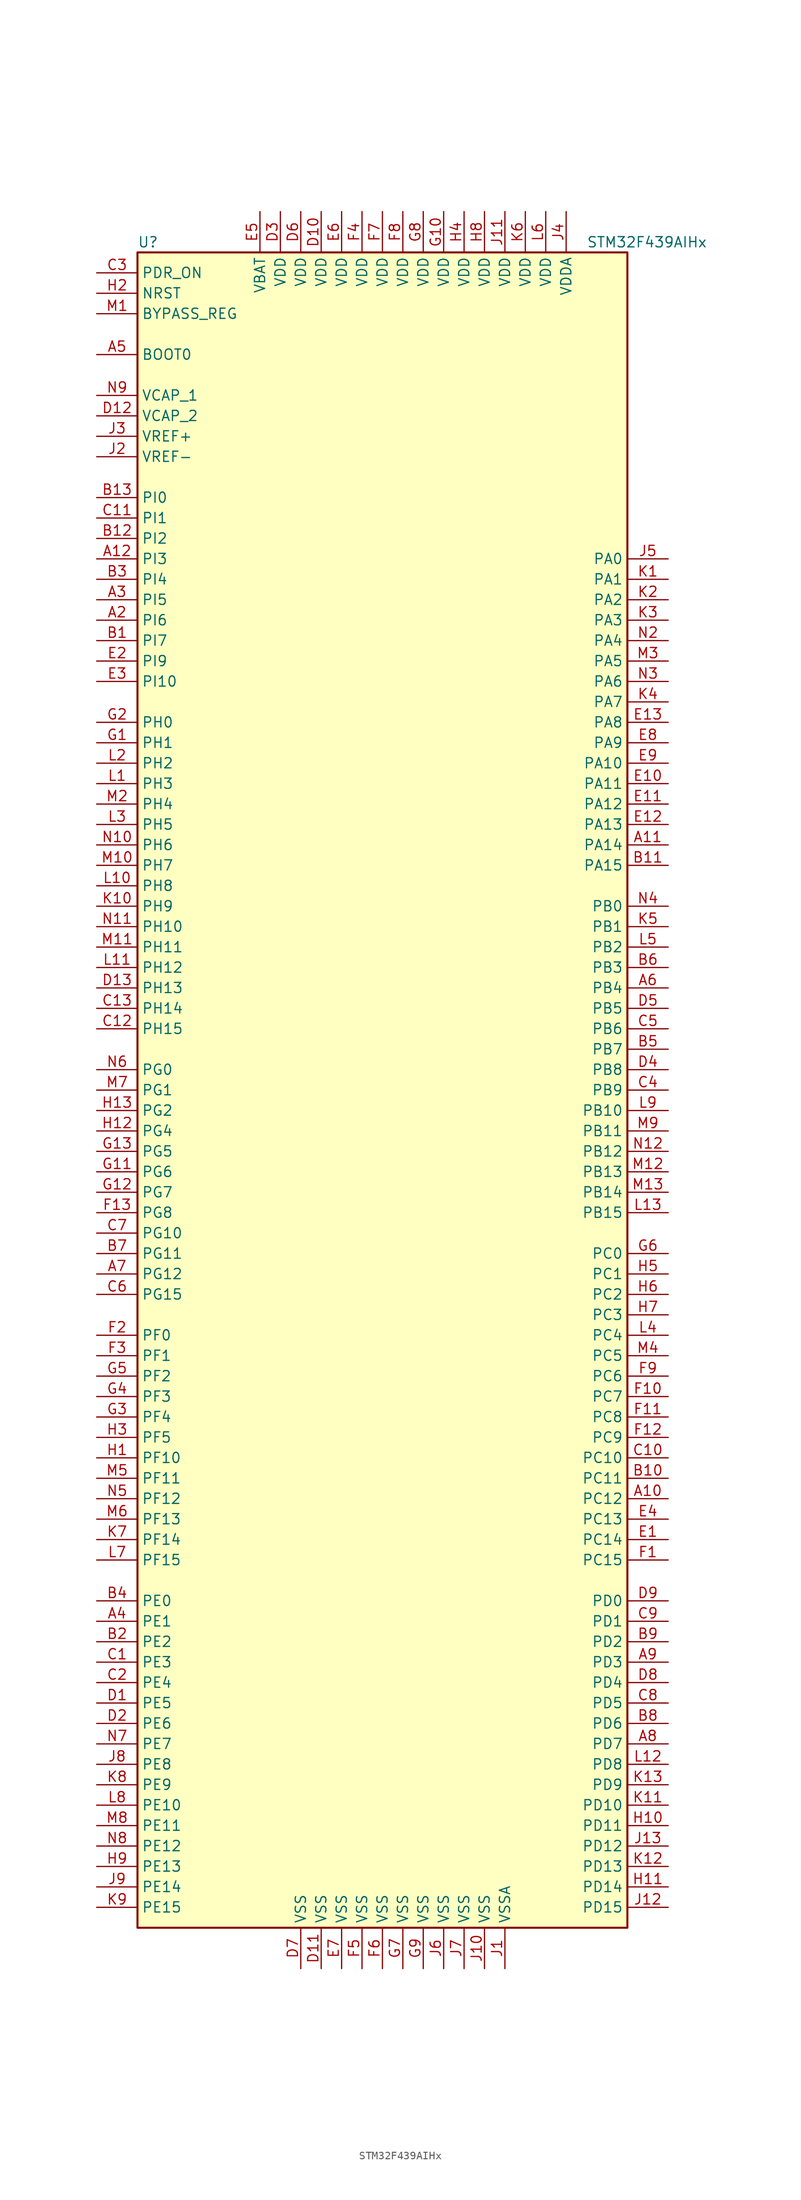
<source format=kicad_sym>
(kicad_symbol_lib
  (version 20201005)
  (generator kicad_symbol_editor)
  (symbol "STM32F439AIHx"
    (property "Reference" "U"
      (at -30.48 105.41 0)
      (effects (font (size 1.27 1.27)) (justify left)))
    (property "Value" "STM32F439AIHx"
      (at 25.4 105.41 0)
      (effects (font (size 1.27 1.27)) (justify left)))
    (symbol "STM32F439AIHx_0_1"
      (rectangle (start -30.48 -104.14) (end 30.48 104.14) (stroke (width 0.254)) (fill (type background))))
    (symbol "STM32F439AIHx_1_1"
      (pin input line (at -35.56 91.44 0) (length 5.08) (name "BOOT0" (effects (font (size 1.27 1.27)))) (number "A5" (effects (font (size 1.27 1.27)))))
      (pin input line (at -35.56 96.52 0) (length 5.08) (name "BYPASS_REG" (effects (font (size 1.27 1.27)))) (number "M1" (effects (font (size 1.27 1.27)))))
      (pin no_connect line (at -30.48 -101.6 0) (length 5.08) hide (name "NC" (effects (font (size 1.27 1.27)))) (number "A1" (effects (font (size 1.27 1.27)))))
      (pin no_connect line (at -30.48 -99.06 0) (length 5.08) hide (name "NC" (effects (font (size 1.27 1.27)))) (number "A13" (effects (font (size 1.27 1.27)))))
      (pin no_connect line (at -30.48 -96.52 0) (length 5.08) hide (name "NC" (effects (font (size 1.27 1.27)))) (number "N1" (effects (font (size 1.27 1.27)))))
      (pin no_connect line (at -30.48 -93.98 0) (length 5.08) hide (name "NC" (effects (font (size 1.27 1.27)))) (number "N13" (effects (font (size 1.27 1.27)))))
      (pin input line (at -35.56 99.06 0) (length 5.08) (name "NRST" (effects (font (size 1.27 1.27)))) (number "H2" (effects (font (size 1.27 1.27)))))
      (pin bidirectional line (at 35.56 66.04 180) (length 5.08) (name "PA0" (effects (font (size 1.27 1.27)))) (number "J5" (effects (font (size 1.27 1.27)))))
      (pin bidirectional line (at 35.56 63.5 180) (length 5.08) (name "PA1" (effects (font (size 1.27 1.27)))) (number "K1" (effects (font (size 1.27 1.27)))))
      (pin bidirectional line (at 35.56 40.64 180) (length 5.08) (name "PA10" (effects (font (size 1.27 1.27)))) (number "E9" (effects (font (size 1.27 1.27)))))
      (pin bidirectional line (at 35.56 38.1 180) (length 5.08) (name "PA11" (effects (font (size 1.27 1.27)))) (number "E10" (effects (font (size 1.27 1.27)))))
      (pin bidirectional line (at 35.56 35.56 180) (length 5.08) (name "PA12" (effects (font (size 1.27 1.27)))) (number "E11" (effects (font (size 1.27 1.27)))))
      (pin bidirectional line (at 35.56 33.02 180) (length 5.08) (name "PA13" (effects (font (size 1.27 1.27)))) (number "E12" (effects (font (size 1.27 1.27)))))
      (pin bidirectional line (at 35.56 30.48 180) (length 5.08) (name "PA14" (effects (font (size 1.27 1.27)))) (number "A11" (effects (font (size 1.27 1.27)))))
      (pin bidirectional line (at 35.56 27.94 180) (length 5.08) (name "PA15" (effects (font (size 1.27 1.27)))) (number "B11" (effects (font (size 1.27 1.27)))))
      (pin bidirectional line (at 35.56 60.96 180) (length 5.08) (name "PA2" (effects (font (size 1.27 1.27)))) (number "K2" (effects (font (size 1.27 1.27)))))
      (pin bidirectional line (at 35.56 58.42 180) (length 5.08) (name "PA3" (effects (font (size 1.27 1.27)))) (number "K3" (effects (font (size 1.27 1.27)))))
      (pin bidirectional line (at 35.56 55.88 180) (length 5.08) (name "PA4" (effects (font (size 1.27 1.27)))) (number "N2" (effects (font (size 1.27 1.27)))))
      (pin bidirectional line (at 35.56 53.34 180) (length 5.08) (name "PA5" (effects (font (size 1.27 1.27)))) (number "M3" (effects (font (size 1.27 1.27)))))
      (pin bidirectional line (at 35.56 50.8 180) (length 5.08) (name "PA6" (effects (font (size 1.27 1.27)))) (number "N3" (effects (font (size 1.27 1.27)))))
      (pin bidirectional line (at 35.56 48.26 180) (length 5.08) (name "PA7" (effects (font (size 1.27 1.27)))) (number "K4" (effects (font (size 1.27 1.27)))))
      (pin bidirectional line (at 35.56 45.72 180) (length 5.08) (name "PA8" (effects (font (size 1.27 1.27)))) (number "E13" (effects (font (size 1.27 1.27)))))
      (pin bidirectional line (at 35.56 43.18 180) (length 5.08) (name "PA9" (effects (font (size 1.27 1.27)))) (number "E8" (effects (font (size 1.27 1.27)))))
      (pin bidirectional line (at 35.56 22.86 180) (length 5.08) (name "PB0" (effects (font (size 1.27 1.27)))) (number "N4" (effects (font (size 1.27 1.27)))))
      (pin bidirectional line (at 35.56 20.32 180) (length 5.08) (name "PB1" (effects (font (size 1.27 1.27)))) (number "K5" (effects (font (size 1.27 1.27)))))
      (pin bidirectional line (at 35.56 -2.54 180) (length 5.08) (name "PB10" (effects (font (size 1.27 1.27)))) (number "L9" (effects (font (size 1.27 1.27)))))
      (pin bidirectional line (at 35.56 -5.08 180) (length 5.08) (name "PB11" (effects (font (size 1.27 1.27)))) (number "M9" (effects (font (size 1.27 1.27)))))
      (pin bidirectional line (at 35.56 -7.62 180) (length 5.08) (name "PB12" (effects (font (size 1.27 1.27)))) (number "N12" (effects (font (size 1.27 1.27)))))
      (pin bidirectional line (at 35.56 -10.16 180) (length 5.08) (name "PB13" (effects (font (size 1.27 1.27)))) (number "M12" (effects (font (size 1.27 1.27)))))
      (pin bidirectional line (at 35.56 -12.7 180) (length 5.08) (name "PB14" (effects (font (size 1.27 1.27)))) (number "M13" (effects (font (size 1.27 1.27)))))
      (pin bidirectional line (at 35.56 -15.24 180) (length 5.08) (name "PB15" (effects (font (size 1.27 1.27)))) (number "L13" (effects (font (size 1.27 1.27)))))
      (pin bidirectional line (at 35.56 17.78 180) (length 5.08) (name "PB2" (effects (font (size 1.27 1.27)))) (number "L5" (effects (font (size 1.27 1.27)))))
      (pin bidirectional line (at 35.56 15.24 180) (length 5.08) (name "PB3" (effects (font (size 1.27 1.27)))) (number "B6" (effects (font (size 1.27 1.27)))))
      (pin bidirectional line (at 35.56 12.7 180) (length 5.08) (name "PB4" (effects (font (size 1.27 1.27)))) (number "A6" (effects (font (size 1.27 1.27)))))
      (pin bidirectional line (at 35.56 10.16 180) (length 5.08) (name "PB5" (effects (font (size 1.27 1.27)))) (number "D5" (effects (font (size 1.27 1.27)))))
      (pin bidirectional line (at 35.56 7.62 180) (length 5.08) (name "PB6" (effects (font (size 1.27 1.27)))) (number "C5" (effects (font (size 1.27 1.27)))))
      (pin bidirectional line (at 35.56 5.08 180) (length 5.08) (name "PB7" (effects (font (size 1.27 1.27)))) (number "B5" (effects (font (size 1.27 1.27)))))
      (pin bidirectional line (at 35.56 2.54 180) (length 5.08) (name "PB8" (effects (font (size 1.27 1.27)))) (number "D4" (effects (font (size 1.27 1.27)))))
      (pin bidirectional line (at 35.56 0 180) (length 5.08) (name "PB9" (effects (font (size 1.27 1.27)))) (number "C4" (effects (font (size 1.27 1.27)))))
      (pin bidirectional line (at 35.56 -20.32 180) (length 5.08) (name "PC0" (effects (font (size 1.27 1.27)))) (number "G6" (effects (font (size 1.27 1.27)))))
      (pin bidirectional line (at 35.56 -22.86 180) (length 5.08) (name "PC1" (effects (font (size 1.27 1.27)))) (number "H5" (effects (font (size 1.27 1.27)))))
      (pin bidirectional line (at 35.56 -45.72 180) (length 5.08) (name "PC10" (effects (font (size 1.27 1.27)))) (number "C10" (effects (font (size 1.27 1.27)))))
      (pin bidirectional line (at 35.56 -48.26 180) (length 5.08) (name "PC11" (effects (font (size 1.27 1.27)))) (number "B10" (effects (font (size 1.27 1.27)))))
      (pin bidirectional line (at 35.56 -50.8 180) (length 5.08) (name "PC12" (effects (font (size 1.27 1.27)))) (number "A10" (effects (font (size 1.27 1.27)))))
      (pin bidirectional line (at 35.56 -53.34 180) (length 5.08) (name "PC13" (effects (font (size 1.27 1.27)))) (number "E4" (effects (font (size 1.27 1.27)))))
      (pin bidirectional line (at 35.56 -55.88 180) (length 5.08) (name "PC14" (effects (font (size 1.27 1.27)))) (number "E1" (effects (font (size 1.27 1.27)))))
      (pin bidirectional line (at 35.56 -58.42 180) (length 5.08) (name "PC15" (effects (font (size 1.27 1.27)))) (number "F1" (effects (font (size 1.27 1.27)))))
      (pin bidirectional line (at 35.56 -25.4 180) (length 5.08) (name "PC2" (effects (font (size 1.27 1.27)))) (number "H6" (effects (font (size 1.27 1.27)))))
      (pin bidirectional line (at 35.56 -27.94 180) (length 5.08) (name "PC3" (effects (font (size 1.27 1.27)))) (number "H7" (effects (font (size 1.27 1.27)))))
      (pin bidirectional line (at 35.56 -30.48 180) (length 5.08) (name "PC4" (effects (font (size 1.27 1.27)))) (number "L4" (effects (font (size 1.27 1.27)))))
      (pin bidirectional line (at 35.56 -33.02 180) (length 5.08) (name "PC5" (effects (font (size 1.27 1.27)))) (number "M4" (effects (font (size 1.27 1.27)))))
      (pin bidirectional line (at 35.56 -35.56 180) (length 5.08) (name "PC6" (effects (font (size 1.27 1.27)))) (number "F9" (effects (font (size 1.27 1.27)))))
      (pin bidirectional line (at 35.56 -38.1 180) (length 5.08) (name "PC7" (effects (font (size 1.27 1.27)))) (number "F10" (effects (font (size 1.27 1.27)))))
      (pin bidirectional line (at 35.56 -40.64 180) (length 5.08) (name "PC8" (effects (font (size 1.27 1.27)))) (number "F11" (effects (font (size 1.27 1.27)))))
      (pin bidirectional line (at 35.56 -43.18 180) (length 5.08) (name "PC9" (effects (font (size 1.27 1.27)))) (number "F12" (effects (font (size 1.27 1.27)))))
      (pin bidirectional line (at 35.56 -63.5 180) (length 5.08) (name "PD0" (effects (font (size 1.27 1.27)))) (number "D9" (effects (font (size 1.27 1.27)))))
      (pin bidirectional line (at 35.56 -66.04 180) (length 5.08) (name "PD1" (effects (font (size 1.27 1.27)))) (number "C9" (effects (font (size 1.27 1.27)))))
      (pin bidirectional line (at 35.56 -88.9 180) (length 5.08) (name "PD10" (effects (font (size 1.27 1.27)))) (number "K11" (effects (font (size 1.27 1.27)))))
      (pin bidirectional line (at 35.56 -91.44 180) (length 5.08) (name "PD11" (effects (font (size 1.27 1.27)))) (number "H10" (effects (font (size 1.27 1.27)))))
      (pin bidirectional line (at 35.56 -93.98 180) (length 5.08) (name "PD12" (effects (font (size 1.27 1.27)))) (number "J13" (effects (font (size 1.27 1.27)))))
      (pin bidirectional line (at 35.56 -96.52 180) (length 5.08) (name "PD13" (effects (font (size 1.27 1.27)))) (number "K12" (effects (font (size 1.27 1.27)))))
      (pin bidirectional line (at 35.56 -99.06 180) (length 5.08) (name "PD14" (effects (font (size 1.27 1.27)))) (number "H11" (effects (font (size 1.27 1.27)))))
      (pin bidirectional line (at 35.56 -101.6 180) (length 5.08) (name "PD15" (effects (font (size 1.27 1.27)))) (number "J12" (effects (font (size 1.27 1.27)))))
      (pin bidirectional line (at 35.56 -68.58 180) (length 5.08) (name "PD2" (effects (font (size 1.27 1.27)))) (number "B9" (effects (font (size 1.27 1.27)))))
      (pin bidirectional line (at 35.56 -71.12 180) (length 5.08) (name "PD3" (effects (font (size 1.27 1.27)))) (number "A9" (effects (font (size 1.27 1.27)))))
      (pin bidirectional line (at 35.56 -73.66 180) (length 5.08) (name "PD4" (effects (font (size 1.27 1.27)))) (number "D8" (effects (font (size 1.27 1.27)))))
      (pin bidirectional line (at 35.56 -76.2 180) (length 5.08) (name "PD5" (effects (font (size 1.27 1.27)))) (number "C8" (effects (font (size 1.27 1.27)))))
      (pin bidirectional line (at 35.56 -78.74 180) (length 5.08) (name "PD6" (effects (font (size 1.27 1.27)))) (number "B8" (effects (font (size 1.27 1.27)))))
      (pin bidirectional line (at 35.56 -81.28 180) (length 5.08) (name "PD7" (effects (font (size 1.27 1.27)))) (number "A8" (effects (font (size 1.27 1.27)))))
      (pin bidirectional line (at 35.56 -83.82 180) (length 5.08) (name "PD8" (effects (font (size 1.27 1.27)))) (number "L12" (effects (font (size 1.27 1.27)))))
      (pin bidirectional line (at 35.56 -86.36 180) (length 5.08) (name "PD9" (effects (font (size 1.27 1.27)))) (number "K13" (effects (font (size 1.27 1.27)))))
      (pin input line (at -35.56 101.6 0) (length 5.08) (name "PDR_ON" (effects (font (size 1.27 1.27)))) (number "C3" (effects (font (size 1.27 1.27)))))
      (pin bidirectional line (at -35.56 -63.5 0) (length 5.08) (name "PE0" (effects (font (size 1.27 1.27)))) (number "B4" (effects (font (size 1.27 1.27)))))
      (pin bidirectional line (at -35.56 -66.04 0) (length 5.08) (name "PE1" (effects (font (size 1.27 1.27)))) (number "A4" (effects (font (size 1.27 1.27)))))
      (pin bidirectional line (at -35.56 -88.9 0) (length 5.08) (name "PE10" (effects (font (size 1.27 1.27)))) (number "L8" (effects (font (size 1.27 1.27)))))
      (pin bidirectional line (at -35.56 -91.44 0) (length 5.08) (name "PE11" (effects (font (size 1.27 1.27)))) (number "M8" (effects (font (size 1.27 1.27)))))
      (pin bidirectional line (at -35.56 -93.98 0) (length 5.08) (name "PE12" (effects (font (size 1.27 1.27)))) (number "N8" (effects (font (size 1.27 1.27)))))
      (pin bidirectional line (at -35.56 -96.52 0) (length 5.08) (name "PE13" (effects (font (size 1.27 1.27)))) (number "H9" (effects (font (size 1.27 1.27)))))
      (pin bidirectional line (at -35.56 -99.06 0) (length 5.08) (name "PE14" (effects (font (size 1.27 1.27)))) (number "J9" (effects (font (size 1.27 1.27)))))
      (pin bidirectional line (at -35.56 -101.6 0) (length 5.08) (name "PE15" (effects (font (size 1.27 1.27)))) (number "K9" (effects (font (size 1.27 1.27)))))
      (pin bidirectional line (at -35.56 -68.58 0) (length 5.08) (name "PE2" (effects (font (size 1.27 1.27)))) (number "B2" (effects (font (size 1.27 1.27)))))
      (pin bidirectional line (at -35.56 -71.12 0) (length 5.08) (name "PE3" (effects (font (size 1.27 1.27)))) (number "C1" (effects (font (size 1.27 1.27)))))
      (pin bidirectional line (at -35.56 -73.66 0) (length 5.08) (name "PE4" (effects (font (size 1.27 1.27)))) (number "C2" (effects (font (size 1.27 1.27)))))
      (pin bidirectional line (at -35.56 -76.2 0) (length 5.08) (name "PE5" (effects (font (size 1.27 1.27)))) (number "D1" (effects (font (size 1.27 1.27)))))
      (pin bidirectional line (at -35.56 -78.74 0) (length 5.08) (name "PE6" (effects (font (size 1.27 1.27)))) (number "D2" (effects (font (size 1.27 1.27)))))
      (pin bidirectional line (at -35.56 -81.28 0) (length 5.08) (name "PE7" (effects (font (size 1.27 1.27)))) (number "N7" (effects (font (size 1.27 1.27)))))
      (pin bidirectional line (at -35.56 -83.82 0) (length 5.08) (name "PE8" (effects (font (size 1.27 1.27)))) (number "J8" (effects (font (size 1.27 1.27)))))
      (pin bidirectional line (at -35.56 -86.36 0) (length 5.08) (name "PE9" (effects (font (size 1.27 1.27)))) (number "K8" (effects (font (size 1.27 1.27)))))
      (pin bidirectional line (at -35.56 -30.48 0) (length 5.08) (name "PF0" (effects (font (size 1.27 1.27)))) (number "F2" (effects (font (size 1.27 1.27)))))
      (pin bidirectional line (at -35.56 -33.02 0) (length 5.08) (name "PF1" (effects (font (size 1.27 1.27)))) (number "F3" (effects (font (size 1.27 1.27)))))
      (pin bidirectional line (at -35.56 -45.72 0) (length 5.08) (name "PF10" (effects (font (size 1.27 1.27)))) (number "H1" (effects (font (size 1.27 1.27)))))
      (pin bidirectional line (at -35.56 -48.26 0) (length 5.08) (name "PF11" (effects (font (size 1.27 1.27)))) (number "M5" (effects (font (size 1.27 1.27)))))
      (pin bidirectional line (at -35.56 -50.8 0) (length 5.08) (name "PF12" (effects (font (size 1.27 1.27)))) (number "N5" (effects (font (size 1.27 1.27)))))
      (pin bidirectional line (at -35.56 -53.34 0) (length 5.08) (name "PF13" (effects (font (size 1.27 1.27)))) (number "M6" (effects (font (size 1.27 1.27)))))
      (pin bidirectional line (at -35.56 -55.88 0) (length 5.08) (name "PF14" (effects (font (size 1.27 1.27)))) (number "K7" (effects (font (size 1.27 1.27)))))
      (pin bidirectional line (at -35.56 -58.42 0) (length 5.08) (name "PF15" (effects (font (size 1.27 1.27)))) (number "L7" (effects (font (size 1.27 1.27)))))
      (pin bidirectional line (at -35.56 -35.56 0) (length 5.08) (name "PF2" (effects (font (size 1.27 1.27)))) (number "G5" (effects (font (size 1.27 1.27)))))
      (pin bidirectional line (at -35.56 -38.1 0) (length 5.08) (name "PF3" (effects (font (size 1.27 1.27)))) (number "G4" (effects (font (size 1.27 1.27)))))
      (pin bidirectional line (at -35.56 -40.64 0) (length 5.08) (name "PF4" (effects (font (size 1.27 1.27)))) (number "G3" (effects (font (size 1.27 1.27)))))
      (pin bidirectional line (at -35.56 -43.18 0) (length 5.08) (name "PF5" (effects (font (size 1.27 1.27)))) (number "H3" (effects (font (size 1.27 1.27)))))
      (pin bidirectional line (at -35.56 2.54 0) (length 5.08) (name "PG0" (effects (font (size 1.27 1.27)))) (number "N6" (effects (font (size 1.27 1.27)))))
      (pin bidirectional line (at -35.56 0 0) (length 5.08) (name "PG1" (effects (font (size 1.27 1.27)))) (number "M7" (effects (font (size 1.27 1.27)))))
      (pin bidirectional line (at -35.56 -17.78 0) (length 5.08) (name "PG10" (effects (font (size 1.27 1.27)))) (number "C7" (effects (font (size 1.27 1.27)))))
      (pin bidirectional line (at -35.56 -20.32 0) (length 5.08) (name "PG11" (effects (font (size 1.27 1.27)))) (number "B7" (effects (font (size 1.27 1.27)))))
      (pin bidirectional line (at -35.56 -22.86 0) (length 5.08) (name "PG12" (effects (font (size 1.27 1.27)))) (number "A7" (effects (font (size 1.27 1.27)))))
      (pin bidirectional line (at -35.56 -25.4 0) (length 5.08) (name "PG15" (effects (font (size 1.27 1.27)))) (number "C6" (effects (font (size 1.27 1.27)))))
      (pin bidirectional line (at -35.56 -2.54 0) (length 5.08) (name "PG2" (effects (font (size 1.27 1.27)))) (number "H13" (effects (font (size 1.27 1.27)))))
      (pin bidirectional line (at -35.56 -5.08 0) (length 5.08) (name "PG4" (effects (font (size 1.27 1.27)))) (number "H12" (effects (font (size 1.27 1.27)))))
      (pin bidirectional line (at -35.56 -7.62 0) (length 5.08) (name "PG5" (effects (font (size 1.27 1.27)))) (number "G13" (effects (font (size 1.27 1.27)))))
      (pin bidirectional line (at -35.56 -10.16 0) (length 5.08) (name "PG6" (effects (font (size 1.27 1.27)))) (number "G11" (effects (font (size 1.27 1.27)))))
      (pin bidirectional line (at -35.56 -12.7 0) (length 5.08) (name "PG7" (effects (font (size 1.27 1.27)))) (number "G12" (effects (font (size 1.27 1.27)))))
      (pin bidirectional line (at -35.56 -15.24 0) (length 5.08) (name "PG8" (effects (font (size 1.27 1.27)))) (number "F13" (effects (font (size 1.27 1.27)))))
      (pin input line (at -35.56 45.72 0) (length 5.08) (name "PH0" (effects (font (size 1.27 1.27)))) (number "G2" (effects (font (size 1.27 1.27)))))
      (pin input line (at -35.56 43.18 0) (length 5.08) (name "PH1" (effects (font (size 1.27 1.27)))) (number "G1" (effects (font (size 1.27 1.27)))))
      (pin bidirectional line (at -35.56 20.32 0) (length 5.08) (name "PH10" (effects (font (size 1.27 1.27)))) (number "N11" (effects (font (size 1.27 1.27)))))
      (pin bidirectional line (at -35.56 17.78 0) (length 5.08) (name "PH11" (effects (font (size 1.27 1.27)))) (number "M11" (effects (font (size 1.27 1.27)))))
      (pin bidirectional line (at -35.56 15.24 0) (length 5.08) (name "PH12" (effects (font (size 1.27 1.27)))) (number "L11" (effects (font (size 1.27 1.27)))))
      (pin bidirectional line (at -35.56 12.7 0) (length 5.08) (name "PH13" (effects (font (size 1.27 1.27)))) (number "D13" (effects (font (size 1.27 1.27)))))
      (pin bidirectional line (at -35.56 10.16 0) (length 5.08) (name "PH14" (effects (font (size 1.27 1.27)))) (number "C13" (effects (font (size 1.27 1.27)))))
      (pin bidirectional line (at -35.56 7.62 0) (length 5.08) (name "PH15" (effects (font (size 1.27 1.27)))) (number "C12" (effects (font (size 1.27 1.27)))))
      (pin bidirectional line (at -35.56 40.64 0) (length 5.08) (name "PH2" (effects (font (size 1.27 1.27)))) (number "L2" (effects (font (size 1.27 1.27)))))
      (pin bidirectional line (at -35.56 38.1 0) (length 5.08) (name "PH3" (effects (font (size 1.27 1.27)))) (number "L1" (effects (font (size 1.27 1.27)))))
      (pin bidirectional line (at -35.56 35.56 0) (length 5.08) (name "PH4" (effects (font (size 1.27 1.27)))) (number "M2" (effects (font (size 1.27 1.27)))))
      (pin bidirectional line (at -35.56 33.02 0) (length 5.08) (name "PH5" (effects (font (size 1.27 1.27)))) (number "L3" (effects (font (size 1.27 1.27)))))
      (pin bidirectional line (at -35.56 30.48 0) (length 5.08) (name "PH6" (effects (font (size 1.27 1.27)))) (number "N10" (effects (font (size 1.27 1.27)))))
      (pin bidirectional line (at -35.56 27.94 0) (length 5.08) (name "PH7" (effects (font (size 1.27 1.27)))) (number "M10" (effects (font (size 1.27 1.27)))))
      (pin bidirectional line (at -35.56 25.4 0) (length 5.08) (name "PH8" (effects (font (size 1.27 1.27)))) (number "L10" (effects (font (size 1.27 1.27)))))
      (pin bidirectional line (at -35.56 22.86 0) (length 5.08) (name "PH9" (effects (font (size 1.27 1.27)))) (number "K10" (effects (font (size 1.27 1.27)))))
      (pin bidirectional line (at -35.56 73.66 0) (length 5.08) (name "PI0" (effects (font (size 1.27 1.27)))) (number "B13" (effects (font (size 1.27 1.27)))))
      (pin bidirectional line (at -35.56 71.12 0) (length 5.08) (name "PI1" (effects (font (size 1.27 1.27)))) (number "C11" (effects (font (size 1.27 1.27)))))
      (pin bidirectional line (at -35.56 50.8 0) (length 5.08) (name "PI10" (effects (font (size 1.27 1.27)))) (number "E3" (effects (font (size 1.27 1.27)))))
      (pin bidirectional line (at -35.56 68.58 0) (length 5.08) (name "PI2" (effects (font (size 1.27 1.27)))) (number "B12" (effects (font (size 1.27 1.27)))))
      (pin bidirectional line (at -35.56 66.04 0) (length 5.08) (name "PI3" (effects (font (size 1.27 1.27)))) (number "A12" (effects (font (size 1.27 1.27)))))
      (pin bidirectional line (at -35.56 63.5 0) (length 5.08) (name "PI4" (effects (font (size 1.27 1.27)))) (number "B3" (effects (font (size 1.27 1.27)))))
      (pin bidirectional line (at -35.56 60.96 0) (length 5.08) (name "PI5" (effects (font (size 1.27 1.27)))) (number "A3" (effects (font (size 1.27 1.27)))))
      (pin bidirectional line (at -35.56 58.42 0) (length 5.08) (name "PI6" (effects (font (size 1.27 1.27)))) (number "A2" (effects (font (size 1.27 1.27)))))
      (pin bidirectional line (at -35.56 55.88 0) (length 5.08) (name "PI7" (effects (font (size 1.27 1.27)))) (number "B1" (effects (font (size 1.27 1.27)))))
      (pin bidirectional line (at -35.56 53.34 0) (length 5.08) (name "PI9" (effects (font (size 1.27 1.27)))) (number "E2" (effects (font (size 1.27 1.27)))))
      (pin power_in line (at -15.24 109.22 270) (length 5.08) (name "VBAT" (effects (font (size 1.27 1.27)))) (number "E5" (effects (font (size 1.27 1.27)))))
      (pin power_in line (at -35.56 86.36 0) (length 5.08) (name "VCAP_1" (effects (font (size 1.27 1.27)))) (number "N9" (effects (font (size 1.27 1.27)))))
      (pin power_in line (at -35.56 83.82 0) (length 5.08) (name "VCAP_2" (effects (font (size 1.27 1.27)))) (number "D12" (effects (font (size 1.27 1.27)))))
      (pin power_in line (at -7.62 109.22 270) (length 5.08) (name "VDD" (effects (font (size 1.27 1.27)))) (number "D10" (effects (font (size 1.27 1.27)))))
      (pin power_in line (at -12.7 109.22 270) (length 5.08) (name "VDD" (effects (font (size 1.27 1.27)))) (number "D3" (effects (font (size 1.27 1.27)))))
      (pin power_in line (at -10.16 109.22 270) (length 5.08) (name "VDD" (effects (font (size 1.27 1.27)))) (number "D6" (effects (font (size 1.27 1.27)))))
      (pin power_in line (at -5.08 109.22 270) (length 5.08) (name "VDD" (effects (font (size 1.27 1.27)))) (number "E6" (effects (font (size 1.27 1.27)))))
      (pin power_in line (at -2.54 109.22 270) (length 5.08) (name "VDD" (effects (font (size 1.27 1.27)))) (number "F4" (effects (font (size 1.27 1.27)))))
      (pin power_in line (at 0 109.22 270) (length 5.08) (name "VDD" (effects (font (size 1.27 1.27)))) (number "F7" (effects (font (size 1.27 1.27)))))
      (pin power_in line (at 2.54 109.22 270) (length 5.08) (name "VDD" (effects (font (size 1.27 1.27)))) (number "F8" (effects (font (size 1.27 1.27)))))
      (pin power_in line (at 7.62 109.22 270) (length 5.08) (name "VDD" (effects (font (size 1.27 1.27)))) (number "G10" (effects (font (size 1.27 1.27)))))
      (pin power_in line (at 5.08 109.22 270) (length 5.08) (name "VDD" (effects (font (size 1.27 1.27)))) (number "G8" (effects (font (size 1.27 1.27)))))
      (pin power_in line (at 10.16 109.22 270) (length 5.08) (name "VDD" (effects (font (size 1.27 1.27)))) (number "H4" (effects (font (size 1.27 1.27)))))
      (pin power_in line (at 12.7 109.22 270) (length 5.08) (name "VDD" (effects (font (size 1.27 1.27)))) (number "H8" (effects (font (size 1.27 1.27)))))
      (pin power_in line (at 15.24 109.22 270) (length 5.08) (name "VDD" (effects (font (size 1.27 1.27)))) (number "J11" (effects (font (size 1.27 1.27)))))
      (pin power_in line (at 17.78 109.22 270) (length 5.08) (name "VDD" (effects (font (size 1.27 1.27)))) (number "K6" (effects (font (size 1.27 1.27)))))
      (pin power_in line (at 20.32 109.22 270) (length 5.08) (name "VDD" (effects (font (size 1.27 1.27)))) (number "L6" (effects (font (size 1.27 1.27)))))
      (pin power_in line (at 22.86 109.22 270) (length 5.08) (name "VDDA" (effects (font (size 1.27 1.27)))) (number "J4" (effects (font (size 1.27 1.27)))))
      (pin power_in line (at -35.56 81.28 0) (length 5.08) (name "VREF+" (effects (font (size 1.27 1.27)))) (number "J3" (effects (font (size 1.27 1.27)))))
      (pin power_in line (at -35.56 78.74 0) (length 5.08) (name "VREF-" (effects (font (size 1.27 1.27)))) (number "J2" (effects (font (size 1.27 1.27)))))
      (pin power_in line (at -7.62 -109.22 90) (length 5.08) (name "VSS" (effects (font (size 1.27 1.27)))) (number "D11" (effects (font (size 1.27 1.27)))))
      (pin power_in line (at -10.16 -109.22 90) (length 5.08) (name "VSS" (effects (font (size 1.27 1.27)))) (number "D7" (effects (font (size 1.27 1.27)))))
      (pin power_in line (at -5.08 -109.22 90) (length 5.08) (name "VSS" (effects (font (size 1.27 1.27)))) (number "E7" (effects (font (size 1.27 1.27)))))
      (pin power_in line (at -2.54 -109.22 90) (length 5.08) (name "VSS" (effects (font (size 1.27 1.27)))) (number "F5" (effects (font (size 1.27 1.27)))))
      (pin power_in line (at 0 -109.22 90) (length 5.08) (name "VSS" (effects (font (size 1.27 1.27)))) (number "F6" (effects (font (size 1.27 1.27)))))
      (pin power_in line (at 2.54 -109.22 90) (length 5.08) (name "VSS" (effects (font (size 1.27 1.27)))) (number "G7" (effects (font (size 1.27 1.27)))))
      (pin power_in line (at 5.08 -109.22 90) (length 5.08) (name "VSS" (effects (font (size 1.27 1.27)))) (number "G9" (effects (font (size 1.27 1.27)))))
      (pin power_in line (at 12.7 -109.22 90) (length 5.08) (name "VSS" (effects (font (size 1.27 1.27)))) (number "J10" (effects (font (size 1.27 1.27)))))
      (pin power_in line (at 7.62 -109.22 90) (length 5.08) (name "VSS" (effects (font (size 1.27 1.27)))) (number "J6" (effects (font (size 1.27 1.27)))))
      (pin power_in line (at 10.16 -109.22 90) (length 5.08) (name "VSS" (effects (font (size 1.27 1.27)))) (number "J7" (effects (font (size 1.27 1.27)))))
      (pin power_in line (at 15.24 -109.22 90) (length 5.08) (name "VSSA" (effects (font (size 1.27 1.27)))) (number "J1" (effects (font (size 1.27 1.27))))))))
</source>
